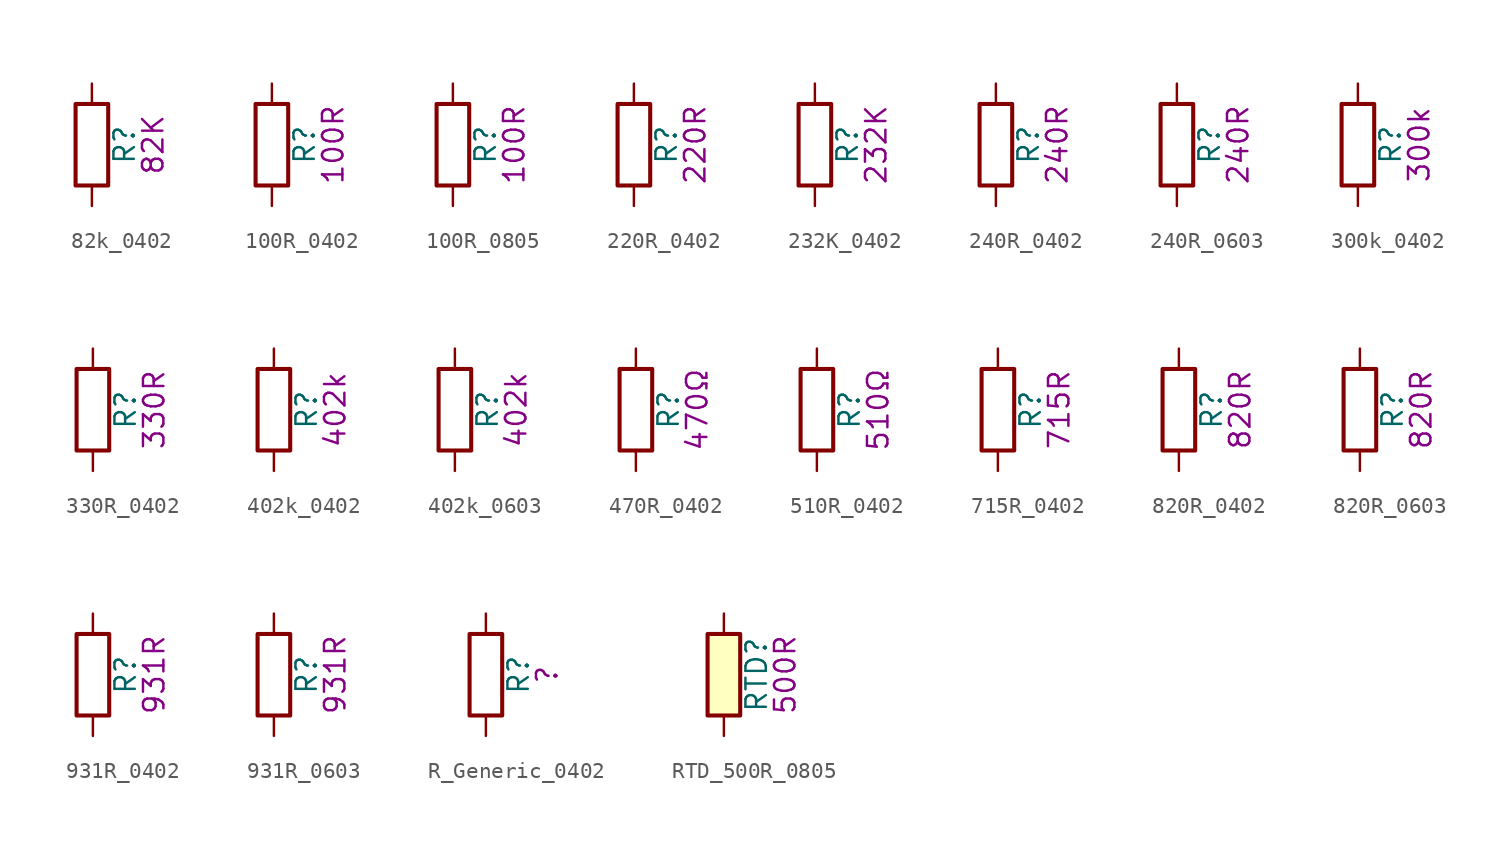
<source format=kicad_sym>
(kicad_symbol_lib
  (version 20211014)
  (generator kicad_symbol_editor)
  (symbol "82k_0402"
    (pin_numbers hide)
    (pin_names
      (offset 0))
    (property "Reference" "R"
      (at 2.032 0 90)
      (effects (font (size 1.27 1.27))))
    (property "Display" "82K"
      (at 3.81 0 90)
      (effects (font (size 1.27 1.27))))
    (symbol "82k_0402_0_1"
      (rectangle (start -1.016 -2.54) (end 1.016 2.54) (stroke (width 0.254) (type default) (color 0 0 0 0)) (fill (type none))))
    (symbol "82k_0402_1_1"
      (pin passive line (at 0 3.81 270) (length 1.27) (name "~" (effects (font (size 1.27 1.27)))) (number "1" (effects (font (size 1.27 1.27)))))
      (pin passive line (at 0 -3.81 90) (length 1.27) (name "~" (effects (font (size 1.27 1.27)))) (number "2" (effects (font (size 1.27 1.27)))))))
  (symbol "100R_0402"
    (pin_numbers hide)
    (pin_names
      (offset 0))
    (property "Reference" "R"
      (at 2.032 0 90)
      (effects (font (size 1.27 1.27))))
    (property "Display" "100R"
      (at 3.81 0 90)
      (effects (font (size 1.27 1.27))))
    (symbol "100R_0402_0_1"
      (rectangle (start -1.016 -2.54) (end 1.016 2.54) (stroke (width 0.254) (type default) (color 0 0 0 0)) (fill (type none))))
    (symbol "100R_0402_1_1"
      (pin passive line (at 0 3.81 270) (length 1.27) (name "~" (effects (font (size 1.27 1.27)))) (number "1" (effects (font (size 1.27 1.27)))))
      (pin passive line (at 0 -3.81 90) (length 1.27) (name "~" (effects (font (size 1.27 1.27)))) (number "2" (effects (font (size 1.27 1.27)))))))
  (symbol "100R_0805"
    (pin_numbers hide)
    (pin_names
      (offset 0))
    (property "Reference" "R"
      (at 2.032 0 90)
      (effects (font (size 1.27 1.27))))
    (property "Display" "100R"
      (at 3.81 0 90)
      (effects (font (size 1.27 1.27))))
    (property "JLCPCB ID" ""
      (at 0 0 0)
      (effects (font (size 1.27 1.27))))
    (symbol "100R_0805_0_1"
      (rectangle (start -1.016 -2.54) (end 1.016 2.54) (stroke (width 0.254) (type default) (color 0 0 0 0)) (fill (type none))))
    (symbol "100R_0805_1_1"
      (pin passive line (at 0 3.81 270) (length 1.27) (name "~" (effects (font (size 1.27 1.27)))) (number "1" (effects (font (size 1.27 1.27)))))
      (pin passive line (at 0 -3.81 90) (length 1.27) (name "~" (effects (font (size 1.27 1.27)))) (number "2" (effects (font (size 1.27 1.27)))))))
  (symbol "220R_0402"
    (pin_numbers hide)
    (pin_names
      (offset 0))
    (property "Reference" "R"
      (at 2.032 0 90)
      (effects (font (size 1.27 1.27))))
    (property "Display" "220R"
      (at 3.81 0 90)
      (effects (font (size 1.27 1.27))))
    (symbol "220R_0402_0_1"
      (rectangle (start -1.016 -2.54) (end 1.016 2.54) (stroke (width 0.254) (type default) (color 0 0 0 0)) (fill (type none))))
    (symbol "220R_0402_1_1"
      (pin passive line (at 0 3.81 270) (length 1.27) (name "~" (effects (font (size 1.27 1.27)))) (number "1" (effects (font (size 1.27 1.27)))))
      (pin passive line (at 0 -3.81 90) (length 1.27) (name "~" (effects (font (size 1.27 1.27)))) (number "2" (effects (font (size 1.27 1.27)))))))
  (symbol "232K_0402"
    (pin_numbers hide)
    (pin_names
      (offset 0))
    (property "Reference" "R"
      (at 2.032 0 90)
      (effects (font (size 1.27 1.27))))
    (property "Display" "232K"
      (at 3.81 0 90)
      (effects (font (size 1.27 1.27))))
    (symbol "232K_0402_0_1"
      (rectangle (start -1.016 -2.54) (end 1.016 2.54) (stroke (width 0.254) (type default) (color 0 0 0 0)) (fill (type none))))
    (symbol "232K_0402_1_1"
      (pin passive line (at 0 3.81 270) (length 1.27) (name "~" (effects (font (size 1.27 1.27)))) (number "1" (effects (font (size 1.27 1.27)))))
      (pin passive line (at 0 -3.81 90) (length 1.27) (name "~" (effects (font (size 1.27 1.27)))) (number "2" (effects (font (size 1.27 1.27)))))))
  (symbol "240R_0402"
    (pin_numbers hide)
    (pin_names
      (offset 0))
    (property "Reference" "R"
      (at 2.032 0 90)
      (effects (font (size 1.27 1.27))))
    (property "Display" "240R"
      (at 3.81 0 90)
      (effects (font (size 1.27 1.27))))
    (symbol "240R_0402_0_1"
      (rectangle (start -1.016 -2.54) (end 1.016 2.54) (stroke (width 0.254) (type default) (color 0 0 0 0)) (fill (type none))))
    (symbol "240R_0402_1_1"
      (pin passive line (at 0 3.81 270) (length 1.27) (name "~" (effects (font (size 1.27 1.27)))) (number "1" (effects (font (size 1.27 1.27)))))
      (pin passive line (at 0 -3.81 90) (length 1.27) (name "~" (effects (font (size 1.27 1.27)))) (number "2" (effects (font (size 1.27 1.27)))))))
  (symbol "240R_0603"
    (pin_numbers hide)
    (pin_names
      (offset 0))
    (property "Reference" "R"
      (at 2.032 0 90)
      (effects (font (size 1.27 1.27))))
    (property "Display" "240R"
      (at 3.81 0 90)
      (effects (font (size 1.27 1.27))))
    (symbol "240R_0603_0_1"
      (rectangle (start -1.016 -2.54) (end 1.016 2.54) (stroke (width 0.254) (type default) (color 0 0 0 0)) (fill (type none))))
    (symbol "240R_0603_1_1"
      (pin passive line (at 0 3.81 270) (length 1.27) (name "~" (effects (font (size 1.27 1.27)))) (number "1" (effects (font (size 1.27 1.27)))))
      (pin passive line (at 0 -3.81 90) (length 1.27) (name "~" (effects (font (size 1.27 1.27)))) (number "2" (effects (font (size 1.27 1.27)))))))
  (symbol "300k_0402"
    (pin_numbers hide)
    (pin_names
      (offset 0))
    (property "Reference" "R"
      (at 2.032 0 90)
      (effects (font (size 1.27 1.27))))
    (property "Display" "300k"
      (at 3.81 0 90)
      (effects (font (size 1.27 1.27))))
    (symbol "300k_0402_0_1"
      (rectangle (start -1.016 -2.54) (end 1.016 2.54) (stroke (width 0.254) (type default) (color 0 0 0 0)) (fill (type none))))
    (symbol "300k_0402_1_1"
      (pin passive line (at 0 3.81 270) (length 1.27) (name "~" (effects (font (size 1.27 1.27)))) (number "1" (effects (font (size 1.27 1.27)))))
      (pin passive line (at 0 -3.81 90) (length 1.27) (name "~" (effects (font (size 1.27 1.27)))) (number "2" (effects (font (size 1.27 1.27)))))))
  (symbol "330R_0402"
    (pin_numbers hide)
    (pin_names
      (offset 0))
    (property "Reference" "R"
      (at 2.032 0 90)
      (effects (font (size 1.27 1.27))))
    (property "Display" "330R"
      (at 3.81 0 90)
      (effects (font (size 1.27 1.27))))
    (symbol "330R_0402_0_1"
      (rectangle (start -1.016 -2.54) (end 1.016 2.54) (stroke (width 0.254) (type default) (color 0 0 0 0)) (fill (type none))))
    (symbol "330R_0402_1_1"
      (pin passive line (at 0 3.81 270) (length 1.27) (name "~" (effects (font (size 1.27 1.27)))) (number "1" (effects (font (size 1.27 1.27)))))
      (pin passive line (at 0 -3.81 90) (length 1.27) (name "~" (effects (font (size 1.27 1.27)))) (number "2" (effects (font (size 1.27 1.27)))))))
  (symbol "402k_0402"
    (pin_numbers hide)
    (pin_names
      (offset 0))
    (property "Reference" "R"
      (at 2.032 0 90)
      (effects (font (size 1.27 1.27))))
    (property "Display" "402k"
      (at 3.81 0 90)
      (effects (font (size 1.27 1.27))))
    (symbol "402k_0402_0_1"
      (rectangle (start -1.016 -2.54) (end 1.016 2.54) (stroke (width 0.254) (type default) (color 0 0 0 0)) (fill (type none))))
    (symbol "402k_0402_1_1"
      (pin passive line (at 0 3.81 270) (length 1.27) (name "~" (effects (font (size 1.27 1.27)))) (number "1" (effects (font (size 1.27 1.27)))))
      (pin passive line (at 0 -3.81 90) (length 1.27) (name "~" (effects (font (size 1.27 1.27)))) (number "2" (effects (font (size 1.27 1.27)))))))
  (symbol "402k_0603"
    (pin_numbers hide)
    (pin_names
      (offset 0))
    (property "Reference" "R"
      (at 2.032 0 90)
      (effects (font (size 1.27 1.27))))
    (property "Display" "402k"
      (at 3.81 0 90)
      (effects (font (size 1.27 1.27))))
    (symbol "402k_0603_0_1"
      (rectangle (start -1.016 -2.54) (end 1.016 2.54) (stroke (width 0.254) (type default) (color 0 0 0 0)) (fill (type none))))
    (symbol "402k_0603_1_1"
      (pin passive line (at 0 3.81 270) (length 1.27) (name "~" (effects (font (size 1.27 1.27)))) (number "1" (effects (font (size 1.27 1.27)))))
      (pin passive line (at 0 -3.81 90) (length 1.27) (name "~" (effects (font (size 1.27 1.27)))) (number "2" (effects (font (size 1.27 1.27)))))))
  (symbol "470R_0402"
    (pin_numbers hide)
    (pin_names
      (offset 0))
    (property "Reference" "R"
      (at 2.032 0 90)
      (effects (font (size 1.27 1.27))))
    (property "Display" "470Ω"
      (at 3.81 0 90)
      (effects (font (size 1.27 1.27))))
    (symbol "470R_0402_0_1"
      (rectangle (start -1.016 -2.54) (end 1.016 2.54) (stroke (width 0.254) (type default) (color 0 0 0 0)) (fill (type none))))
    (symbol "470R_0402_1_1"
      (pin passive line (at 0 3.81 270) (length 1.27) (name "~" (effects (font (size 1.27 1.27)))) (number "1" (effects (font (size 1.27 1.27)))))
      (pin passive line (at 0 -3.81 90) (length 1.27) (name "~" (effects (font (size 1.27 1.27)))) (number "2" (effects (font (size 1.27 1.27)))))))
  (symbol "510R_0402"
    (pin_numbers hide)
    (pin_names
      (offset 0))
    (property "Reference" "R"
      (at 2.032 0 90)
      (effects (font (size 1.27 1.27))))
    (property "Display" "510Ω"
      (at 3.81 0 90)
      (effects (font (size 1.27 1.27))))
    (symbol "510R_0402_0_1"
      (rectangle (start -1.016 -2.54) (end 1.016 2.54) (stroke (width 0.254) (type default) (color 0 0 0 0)) (fill (type none))))
    (symbol "510R_0402_1_1"
      (pin passive line (at 0 3.81 270) (length 1.27) (name "~" (effects (font (size 1.27 1.27)))) (number "1" (effects (font (size 1.27 1.27)))))
      (pin passive line (at 0 -3.81 90) (length 1.27) (name "~" (effects (font (size 1.27 1.27)))) (number "2" (effects (font (size 1.27 1.27)))))))
  (symbol "715R_0402"
    (pin_numbers hide)
    (pin_names
      (offset 0))
    (property "Reference" "R"
      (at 2.032 0 90)
      (effects (font (size 1.27 1.27))))
    (property "Display" "715R"
      (at 3.81 0 90)
      (effects (font (size 1.27 1.27))))
    (symbol "715R_0402_0_1"
      (rectangle (start -1.016 -2.54) (end 1.016 2.54) (stroke (width 0.254) (type default) (color 0 0 0 0)) (fill (type none))))
    (symbol "715R_0402_1_1"
      (pin passive line (at 0 3.81 270) (length 1.27) (name "~" (effects (font (size 1.27 1.27)))) (number "1" (effects (font (size 1.27 1.27)))))
      (pin passive line (at 0 -3.81 90) (length 1.27) (name "~" (effects (font (size 1.27 1.27)))) (number "2" (effects (font (size 1.27 1.27)))))))
  (symbol "820R_0402"
    (pin_numbers hide)
    (pin_names
      (offset 0))
    (property "Reference" "R"
      (at 2.032 0 90)
      (effects (font (size 1.27 1.27))))
    (property "Display" "820R"
      (at 3.81 0 90)
      (effects (font (size 1.27 1.27))))
    (symbol "820R_0402_0_1"
      (rectangle (start -1.016 -2.54) (end 1.016 2.54) (stroke (width 0.254) (type default) (color 0 0 0 0)) (fill (type none))))
    (symbol "820R_0402_1_1"
      (pin passive line (at 0 3.81 270) (length 1.27) (name "~" (effects (font (size 1.27 1.27)))) (number "1" (effects (font (size 1.27 1.27)))))
      (pin passive line (at 0 -3.81 90) (length 1.27) (name "~" (effects (font (size 1.27 1.27)))) (number "2" (effects (font (size 1.27 1.27)))))))
  (symbol "820R_0603"
    (pin_numbers hide)
    (pin_names
      (offset 0))
    (property "Reference" "R"
      (at 2.032 0 90)
      (effects (font (size 1.27 1.27))))
    (property "Display" "820R"
      (at 3.81 0 90)
      (effects (font (size 1.27 1.27))))
    (symbol "820R_0603_0_1"
      (rectangle (start -1.016 -2.54) (end 1.016 2.54) (stroke (width 0.254) (type default) (color 0 0 0 0)) (fill (type none))))
    (symbol "820R_0603_1_1"
      (pin passive line (at 0 3.81 270) (length 1.27) (name "~" (effects (font (size 1.27 1.27)))) (number "1" (effects (font (size 1.27 1.27)))))
      (pin passive line (at 0 -3.81 90) (length 1.27) (name "~" (effects (font (size 1.27 1.27)))) (number "2" (effects (font (size 1.27 1.27)))))))
  (symbol "931R_0402"
    (pin_numbers hide)
    (pin_names
      (offset 0))
    (property "Reference" "R"
      (at 2.032 0 90)
      (effects (font (size 1.27 1.27))))
    (property "Display" "931R"
      (at 3.81 0 90)
      (effects (font (size 1.27 1.27))))
    (symbol "931R_0402_0_1"
      (rectangle (start -1.016 -2.54) (end 1.016 2.54) (stroke (width 0.254) (type default) (color 0 0 0 0)) (fill (type none))))
    (symbol "931R_0402_1_1"
      (pin passive line (at 0 3.81 270) (length 1.27) (name "~" (effects (font (size 1.27 1.27)))) (number "1" (effects (font (size 1.27 1.27)))))
      (pin passive line (at 0 -3.81 90) (length 1.27) (name "~" (effects (font (size 1.27 1.27)))) (number "2" (effects (font (size 1.27 1.27)))))))
  (symbol "931R_0603"
    (pin_numbers hide)
    (pin_names
      (offset 0))
    (property "Reference" "R"
      (at 2.032 0 90)
      (effects (font (size 1.27 1.27))))
    (property "Display" "931R"
      (at 3.81 0 90)
      (effects (font (size 1.27 1.27))))
    (symbol "931R_0603_0_1"
      (rectangle (start -1.016 -2.54) (end 1.016 2.54) (stroke (width 0.254) (type default) (color 0 0 0 0)) (fill (type none))))
    (symbol "931R_0603_1_1"
      (pin passive line (at 0 3.81 270) (length 1.27) (name "~" (effects (font (size 1.27 1.27)))) (number "1" (effects (font (size 1.27 1.27)))))
      (pin passive line (at 0 -3.81 90) (length 1.27) (name "~" (effects (font (size 1.27 1.27)))) (number "2" (effects (font (size 1.27 1.27)))))))
  (symbol "R_Generic_0402"
    (pin_numbers hide)
    (pin_names
      (offset 0))
    (property "Reference" "R"
      (at 2.032 0 90)
      (effects (font (size 1.27 1.27))))
    (property "Display" "?"
      (at 3.81 0 90)
      (effects (font (size 1.27 1.27))))
    (symbol "R_Generic_0402_0_1"
      (rectangle (start -1.016 -2.54) (end 1.016 2.54) (stroke (width 0.254) (type default) (color 0 0 0 0)) (fill (type none))))
    (symbol "R_Generic_0402_1_1"
      (pin passive line (at 0 3.81 270) (length 1.27) (name "~" (effects (font (size 1.27 1.27)))) (number "1" (effects (font (size 1.27 1.27)))))
      (pin passive line (at 0 -3.81 90) (length 1.27) (name "~" (effects (font (size 1.27 1.27)))) (number "2" (effects (font (size 1.27 1.27)))))))
  (symbol "RTD_500R_0805"
    (pin_numbers hide)
    (pin_names
      (offset 0))
    (property "Reference" "RTD"
      (at 2.032 0 90)
      (effects (font (size 1.27 1.27))))
    (property "Display" "500R"
      (at 3.81 0 90)
      (effects (font (size 1.27 1.27))))
    (symbol "RTD_500R_0805_0_1"
      (rectangle (start -1.016 -2.54) (end 1.016 2.54) (stroke (width 0.254) (type default) (color 0 0 0 0)) (fill (type background))))
    (symbol "RTD_500R_0805_1_1"
      (pin passive line (at 0 3.81 270) (length 1.27) (name "~" (effects (font (size 1.27 1.27)))) (number "1" (effects (font (size 1.27 1.27)))))
      (pin passive line (at 0 -3.81 90) (length 1.27) (name "~" (effects (font (size 1.27 1.27)))) (number "2" (effects (font (size 1.27 1.27))))))))
</source>
